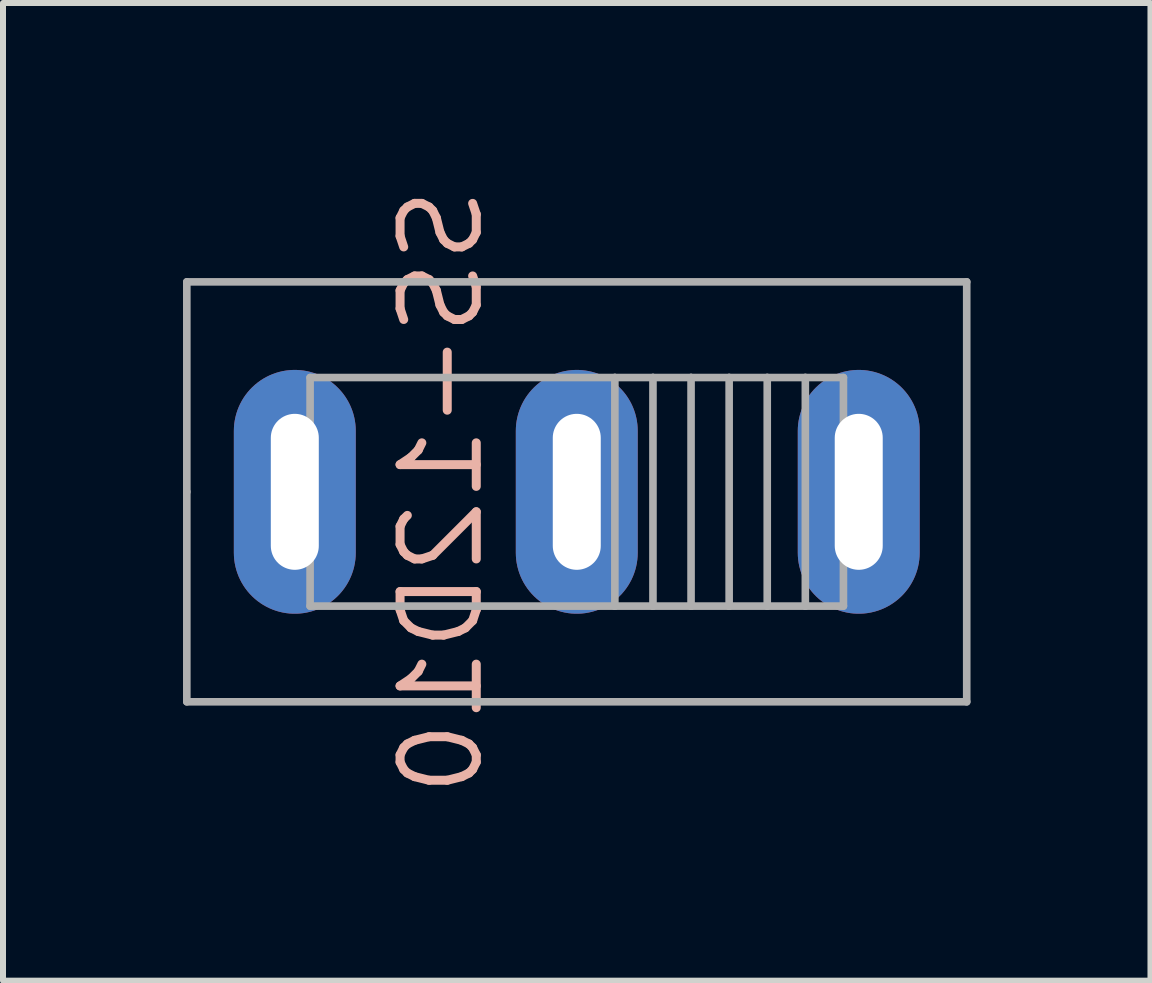
<source format=kicad_pcb>
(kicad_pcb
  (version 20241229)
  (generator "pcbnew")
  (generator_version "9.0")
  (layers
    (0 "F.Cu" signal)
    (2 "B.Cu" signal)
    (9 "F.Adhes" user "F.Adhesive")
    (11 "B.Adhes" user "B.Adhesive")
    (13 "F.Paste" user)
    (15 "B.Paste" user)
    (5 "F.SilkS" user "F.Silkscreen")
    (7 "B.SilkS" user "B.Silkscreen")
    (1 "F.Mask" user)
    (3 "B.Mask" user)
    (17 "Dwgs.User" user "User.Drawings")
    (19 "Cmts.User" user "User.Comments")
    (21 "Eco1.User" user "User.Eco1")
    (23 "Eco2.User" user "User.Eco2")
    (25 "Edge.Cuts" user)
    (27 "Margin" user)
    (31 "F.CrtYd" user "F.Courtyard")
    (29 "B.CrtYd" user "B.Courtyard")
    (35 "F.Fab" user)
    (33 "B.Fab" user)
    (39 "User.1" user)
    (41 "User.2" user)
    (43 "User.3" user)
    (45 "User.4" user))
  (footprint "SS-12D10"
    (layer "F.Cu")
    (at 6.564 5.148)
    (property "Reference" "SS-12D10" (at -2.255 0 270) (layer "B.SilkS") (effects (font (size 1.27 1.27) (thickness 0.15)) (justify mirror)))
    (fp_line (start -6.5 -3.5) (end 6.5 -3.5) (stroke (width 0.127) (type solid)) (layer "F.Fab"))
    (fp_line (start -6.5 0) (end -6.5 -3.5) (stroke (width 0.127) (type solid)) (layer "F.Fab"))
    (fp_line (start -6.5 3.5) (end -6.5 0) (stroke (width 0.127) (type solid)) (layer "F.Fab"))
    (fp_line (start -4.445 -1.905) (end -4.445 1.905) (stroke (width 0.127) (type solid)) (layer "F.Fab"))
    (fp_line (start -4.445 1.905) (end 0.635 1.905) (stroke (width 0.127) (type solid)) (layer "F.Fab"))
    (fp_line (start 0.635 -1.905) (end -4.445 -1.905) (stroke (width 0.127) (type solid)) (layer "F.Fab"))
    (fp_line (start 0.635 -1.905) (end 0.635 1.905) (stroke (width 0.127) (type solid)) (layer "F.Fab"))
    (fp_line (start 0.635 1.905) (end 1.27 1.905) (stroke (width 0.127) (type solid)) (layer "F.Fab"))
    (fp_line (start 1.27 -1.905) (end 0.635 -1.905) (stroke (width 0.127) (type solid)) (layer "F.Fab"))
    (fp_line (start 1.27 -1.905) (end 1.27 1.905) (stroke (width 0.127) (type solid)) (layer "F.Fab"))
    (fp_line (start 1.27 1.905) (end 1.905 1.905) (stroke (width 0.127) (type solid)) (layer "F.Fab"))
    (fp_line (start 1.905 -1.905) (end 1.27 -1.905) (stroke (width 0.127) (type solid)) (layer "F.Fab"))
    (fp_line (start 1.905 -1.905) (end 1.905 1.905) (stroke (width 0.127) (type solid)) (layer "F.Fab"))
    (fp_line (start 1.905 1.905) (end 2.54 1.905) (stroke (width 0.127) (type solid)) (layer "F.Fab"))
    (fp_line (start 2.54 -1.905) (end 1.905 -1.905) (stroke (width 0.127) (type solid)) (layer "F.Fab"))
    (fp_line (start 2.54 -1.905) (end 2.54 1.905) (stroke (width 0.127) (type solid)) (layer "F.Fab"))
    (fp_line (start 2.54 1.905) (end 3.175 1.905) (stroke (width 0.127) (type solid)) (layer "F.Fab"))
    (fp_line (start 3.175 -1.905) (end 2.54 -1.905) (stroke (width 0.127) (type solid)) (layer "F.Fab"))
    (fp_line (start 3.175 -1.905) (end 3.175 1.905) (stroke (width 0.127) (type solid)) (layer "F.Fab"))
    (fp_line (start 3.175 1.905) (end 3.81 1.905) (stroke (width 0.127) (type solid)) (layer "F.Fab"))
    (fp_line (start 3.81 -1.905) (end 3.175 -1.905) (stroke (width 0.127) (type solid)) (layer "F.Fab"))
    (fp_line (start 3.81 -1.905) (end 3.81 1.905) (stroke (width 0.127) (type solid)) (layer "F.Fab"))
    (fp_line (start 3.81 1.905) (end 4.445 1.905) (stroke (width 0.127) (type solid)) (layer "F.Fab"))
    (fp_line (start 4.445 -1.905) (end 3.81 -1.905) (stroke (width 0.127) (type solid)) (layer "F.Fab"))
    (fp_line (start 4.445 1.905) (end 4.445 -1.905) (stroke (width 0.127) (type solid)) (layer "F.Fab"))
    (fp_line (start 6.5 -3.5) (end 6.5 3.5) (stroke (width 0.127) (type solid)) (layer "F.Fab"))
    (fp_line (start 6.5 3.5) (end -6.5 3.5) (stroke (width 0.127) (type solid)) (layer "F.Fab"))
    (pad "1" thru_hole oval (at -4.7 0 90) (size 4.064 2.032) (drill oval 2.6 0.8) (layers "*.Cu" "*.Mask"))
    (pad "2" thru_hole oval (at 0 0 90) (size 4.064 2.032) (drill oval 2.6 0.8) (layers "*.Cu" "*.Mask"))
    (pad "3" thru_hole oval (at 4.7 0 90) (size 4.064 2.032) (drill oval 2.6 0.8) (layers "*.Cu" "*.Mask")))
  (gr_rect
    (start -3 -3)
    (end 16.127 13.296)
    (stroke (width 0.1) (type default))
    (fill no)
    (layer "Edge.Cuts")))
</source>
